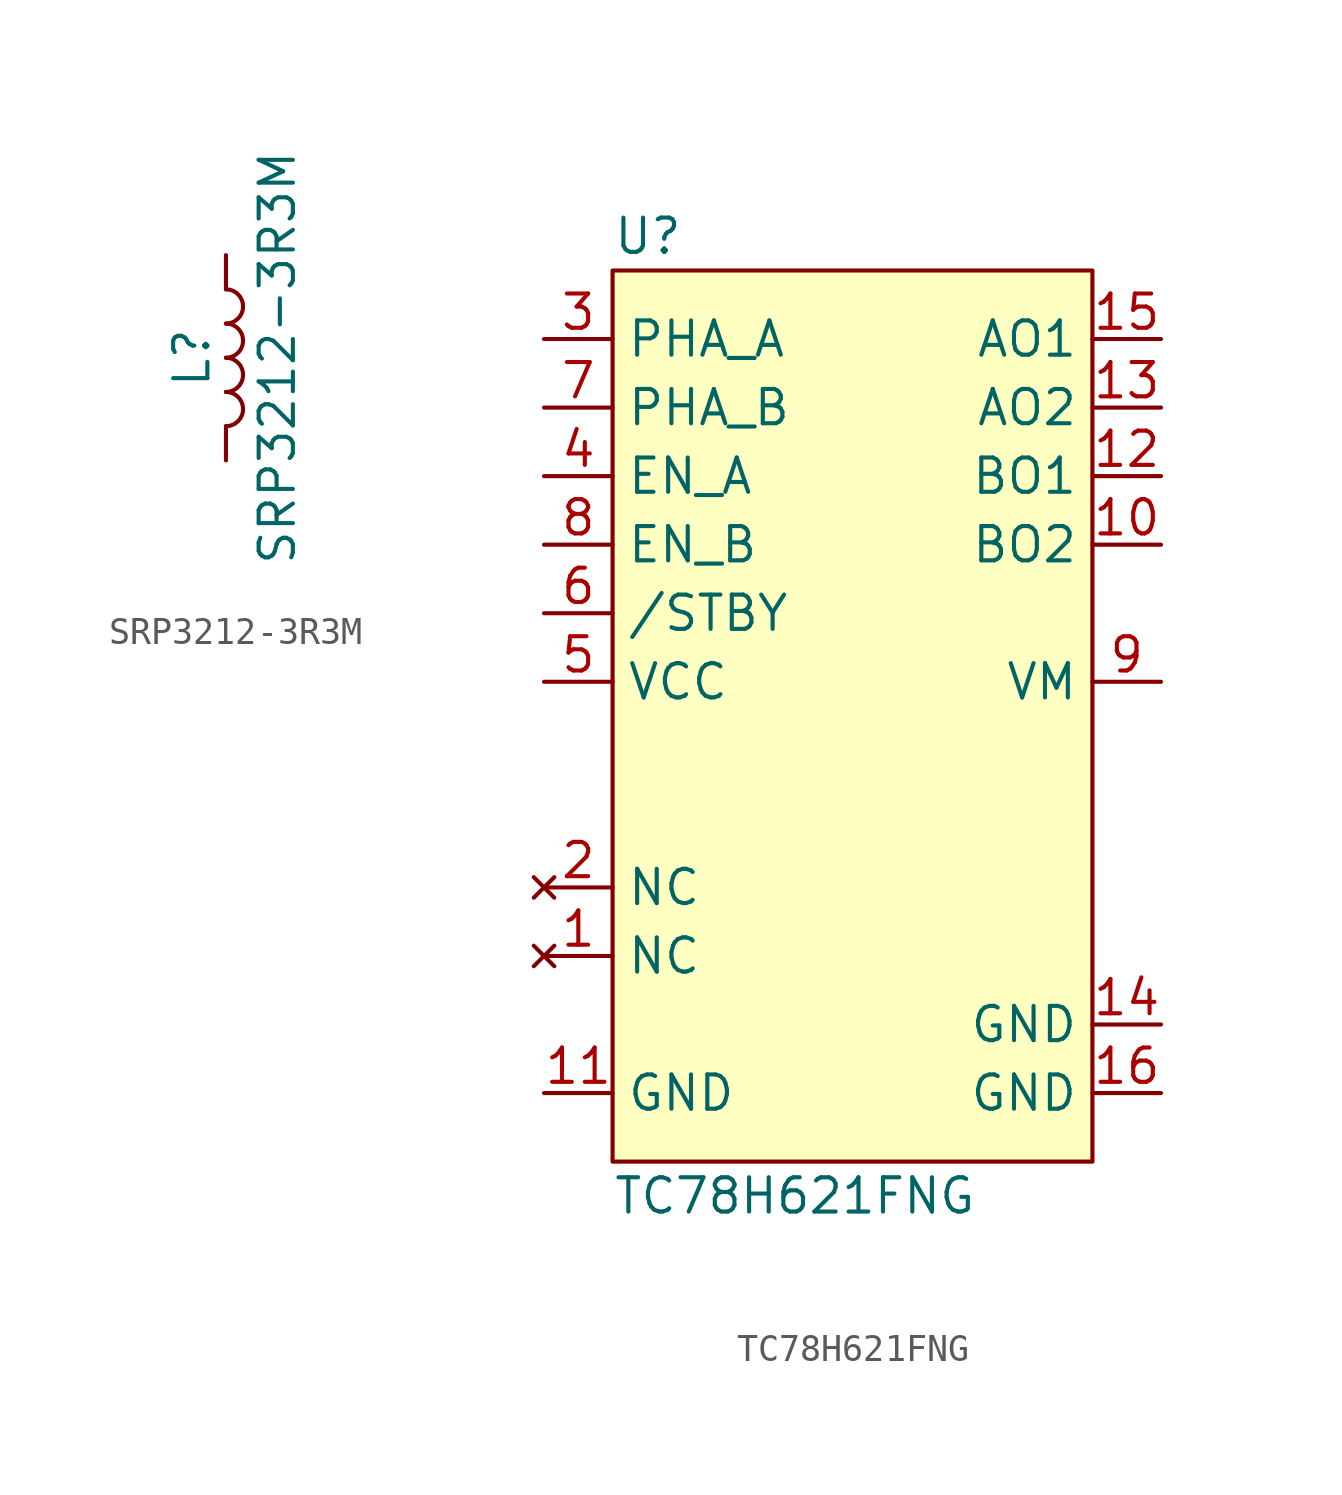
<source format=kicad_sym>
(kicad_symbol_lib
  (version 20211014)
  (generator kicad_symbol_editor)
  (symbol "SRP3212-3R3M"
    (pin_numbers hide)
    (pin_names
      (offset 1.016) hide)
    (property "Reference" "L"
      (at -1.27 0 90)
      (effects (font (size 1.27 1.27))))
    (property "Value" "SRP3212-3R3M"
      (at 1.905 0 90)
      (effects (font (size 1.27 1.27))))
    (symbol "SRP3212-3R3M_0_1"
      (arc (start 0 -2.54) (mid 0.635 -1.905) (end 0 -1.27) (stroke (width 0) (type default) (color 0 0 0 0)) (fill (type none)))
      (arc (start 0 -1.27) (mid 0.635 -0.635) (end 0 0) (stroke (width 0) (type default) (color 0 0 0 0)) (fill (type none)))
      (arc (start 0 0) (mid 0.635 0.635) (end 0 1.27) (stroke (width 0) (type default) (color 0 0 0 0)) (fill (type none)))
      (arc (start 0 1.27) (mid 0.635 1.905) (end 0 2.54) (stroke (width 0) (type default) (color 0 0 0 0)) (fill (type none))))
    (symbol "SRP3212-3R3M_1_1"
      (pin passive line (at 0 3.81 270) (length 1.27) (name "1" (effects (font (size 1.27 1.27)))) (number "1" (effects (font (size 1.27 1.27)))))
      (pin passive line (at 0 -3.81 90) (length 1.27) (name "2" (effects (font (size 1.27 1.27)))) (number "2" (effects (font (size 1.27 1.27)))))))
  (symbol "TC78H621FNG"
    (property "Reference" "U"
      (at 0 1.27 0)
      (effects (font (size 1.27 1.27)) (justify left)))
    (property "Value" "TC78H621FNG"
      (at 0 -34.29 0)
      (effects (font (size 1.27 1.27)) (justify left)))
    (symbol "TC78H621FNG_0_1"
      (rectangle (start 17.78 -33.02) (end 0 0) (stroke (width 0) (type default) (color 0 0 0 0)) (fill (type background))))
    (symbol "TC78H621FNG_1_1"
      (pin no_connect line (at -2.54 -25.4 0) (length 2.54) (name "NC" (effects (font (size 1.27 1.27)))) (number "1" (effects (font (size 1.27 1.27)))))
      (pin output line (at 20.32 -10.16 180) (length 2.54) (name "BO2" (effects (font (size 1.27 1.27)))) (number "10" (effects (font (size 1.27 1.27)))))
      (pin power_in line (at -2.54 -30.48 0) (length 2.54) (name "GND" (effects (font (size 1.27 1.27)))) (number "11" (effects (font (size 1.27 1.27)))))
      (pin output line (at 20.32 -7.62 180) (length 2.54) (name "BO1" (effects (font (size 1.27 1.27)))) (number "12" (effects (font (size 1.27 1.27)))))
      (pin output line (at 20.32 -5.08 180) (length 2.54) (name "AO2" (effects (font (size 1.27 1.27)))) (number "13" (effects (font (size 1.27 1.27)))))
      (pin power_in line (at 20.32 -27.94 180) (length 2.54) (name "GND" (effects (font (size 1.27 1.27)))) (number "14" (effects (font (size 1.27 1.27)))))
      (pin output line (at 20.32 -2.54 180) (length 2.54) (name "AO1" (effects (font (size 1.27 1.27)))) (number "15" (effects (font (size 1.27 1.27)))))
      (pin power_in line (at 20.32 -30.48 180) (length 2.54) (name "GND" (effects (font (size 1.27 1.27)))) (number "16" (effects (font (size 1.27 1.27)))))
      (pin no_connect line (at -2.54 -22.86 0) (length 2.54) (name "NC" (effects (font (size 1.27 1.27)))) (number "2" (effects (font (size 1.27 1.27)))))
      (pin input line (at -2.54 -2.54 0) (length 2.54) (name "PHA_A" (effects (font (size 1.27 1.27)))) (number "3" (effects (font (size 1.27 1.27)))))
      (pin input line (at -2.54 -7.62 0) (length 2.54) (name "EN_A" (effects (font (size 1.27 1.27)))) (number "4" (effects (font (size 1.27 1.27)))))
      (pin power_in line (at -2.54 -15.24 0) (length 2.54) (name "VCC" (effects (font (size 1.27 1.27)))) (number "5" (effects (font (size 1.27 1.27)))))
      (pin input line (at -2.54 -12.7 0) (length 2.54) (name "/STBY" (effects (font (size 1.27 1.27)))) (number "6" (effects (font (size 1.27 1.27)))))
      (pin input line (at -2.54 -5.08 0) (length 2.54) (name "PHA_B" (effects (font (size 1.27 1.27)))) (number "7" (effects (font (size 1.27 1.27)))))
      (pin input line (at -2.54 -10.16 0) (length 2.54) (name "EN_B" (effects (font (size 1.27 1.27)))) (number "8" (effects (font (size 1.27 1.27)))))
      (pin power_in line (at 20.32 -15.24 180) (length 2.54) (name "VM" (effects (font (size 1.27 1.27)))) (number "9" (effects (font (size 1.27 1.27))))))))
</source>
